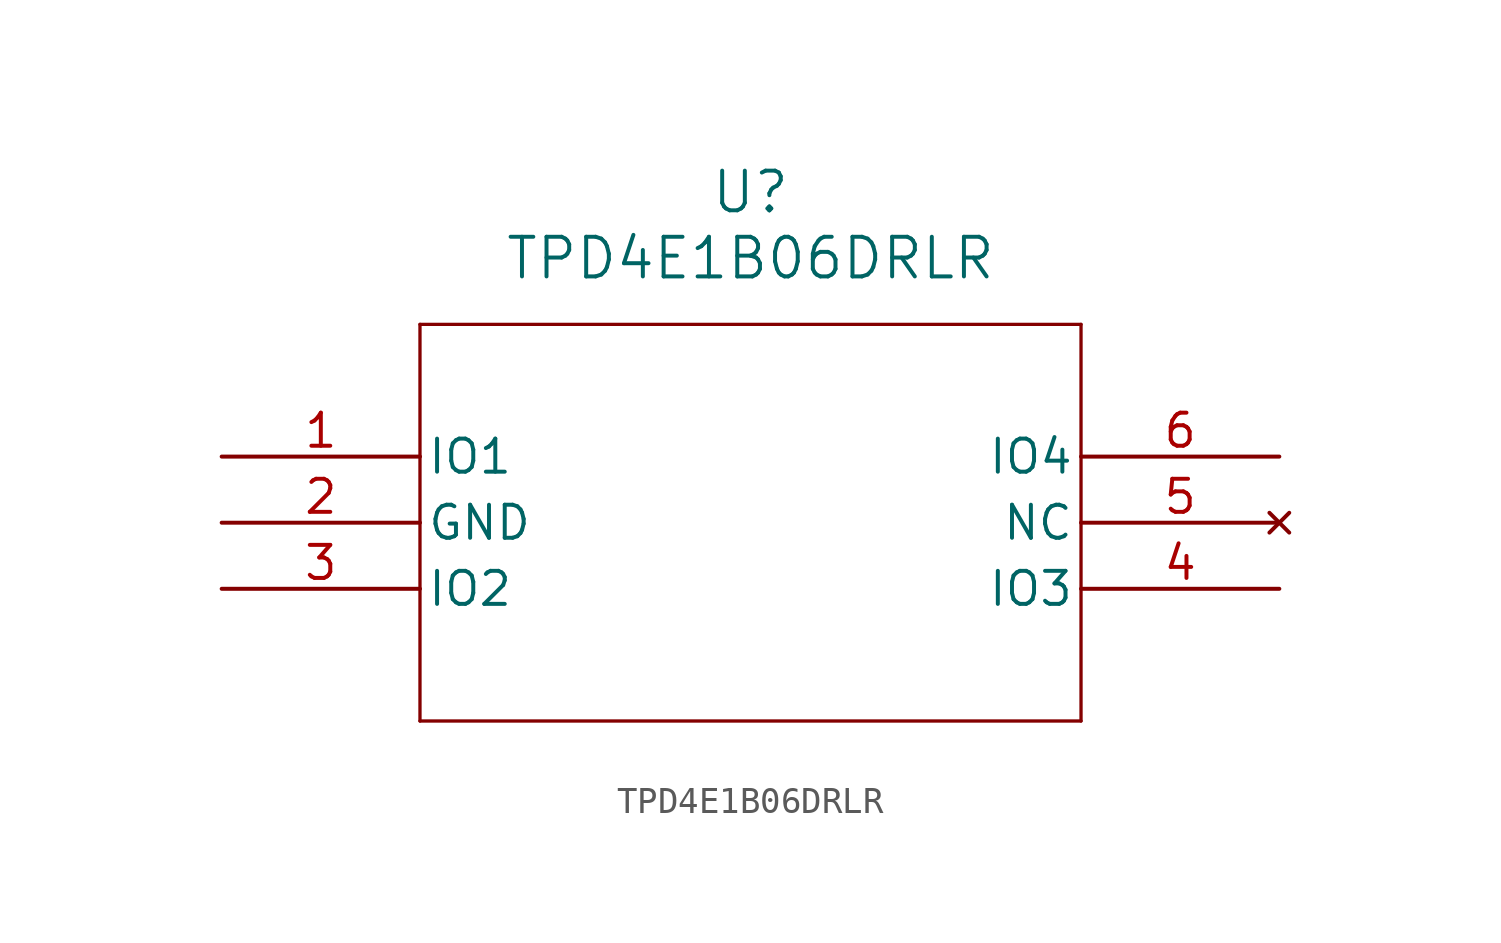
<source format=kicad_sym>
(kicad_symbol_lib
  (version 20211014)
  (generator kicad_symbol_editor)
  (symbol "TPD4E1B06DRLR"
    (pin_names
      (offset 0.254))
    (property "Reference" "U"
      (at 20.32 10.16 0)
      (effects (font (size 1.524 1.524))))
    (property "Value" "TPD4E1B06DRLR"
      (at 20.32 7.62 0)
      (effects (font (size 1.524 1.524))))
    (polyline
      (pts (xy 7.62 5.08) (xy 7.62 -10.16))
      (stroke (width 0.127) (type default) (color 0 0 0 0))
      (fill (type none)))
    (polyline
      (pts (xy 7.62 -10.16) (xy 33.02 -10.16))
      (stroke (width 0.127) (type default) (color 0 0 0 0))
      (fill (type none)))
    (polyline
      (pts (xy 33.02 -10.16) (xy 33.02 5.08))
      (stroke (width 0.127) (type default) (color 0 0 0 0))
      (fill (type none)))
    (polyline
      (pts (xy 33.02 5.08) (xy 7.62 5.08))
      (stroke (width 0.127) (type default) (color 0 0 0 0))
      (fill (type none)))
    (pin bidirectional line
      (at 0 0 0)
      (length 7.62)
      (name "IO1" (effects (font (size 1.27 1.27))))
      (number "1" (effects (font (size 1.27 1.27)))))
    (pin power_in line
      (at 0 -2.54 0)
      (length 7.62)
      (name "GND" (effects (font (size 1.27 1.27))))
      (number "2" (effects (font (size 1.27 1.27)))))
    (pin bidirectional line
      (at 0 -5.08 0)
      (length 7.62)
      (name "IO2" (effects (font (size 1.27 1.27))))
      (number "3" (effects (font (size 1.27 1.27)))))
    (pin bidirectional line
      (at 40.64 -5.08 180)
      (length 7.62)
      (name "IO3" (effects (font (size 1.27 1.27))))
      (number "4" (effects (font (size 1.27 1.27)))))
    (pin no_connect line
      (at 40.64 -2.54 180)
      (length 7.62)
      (name "NC" (effects (font (size 1.27 1.27))))
      (number "5" (effects (font (size 1.27 1.27)))))
    (pin bidirectional line
      (at 40.64 0 180)
      (length 7.62)
      (name "IO4" (effects (font (size 1.27 1.27))))
      (number "6" (effects (font (size 1.27 1.27)))))))
</source>
